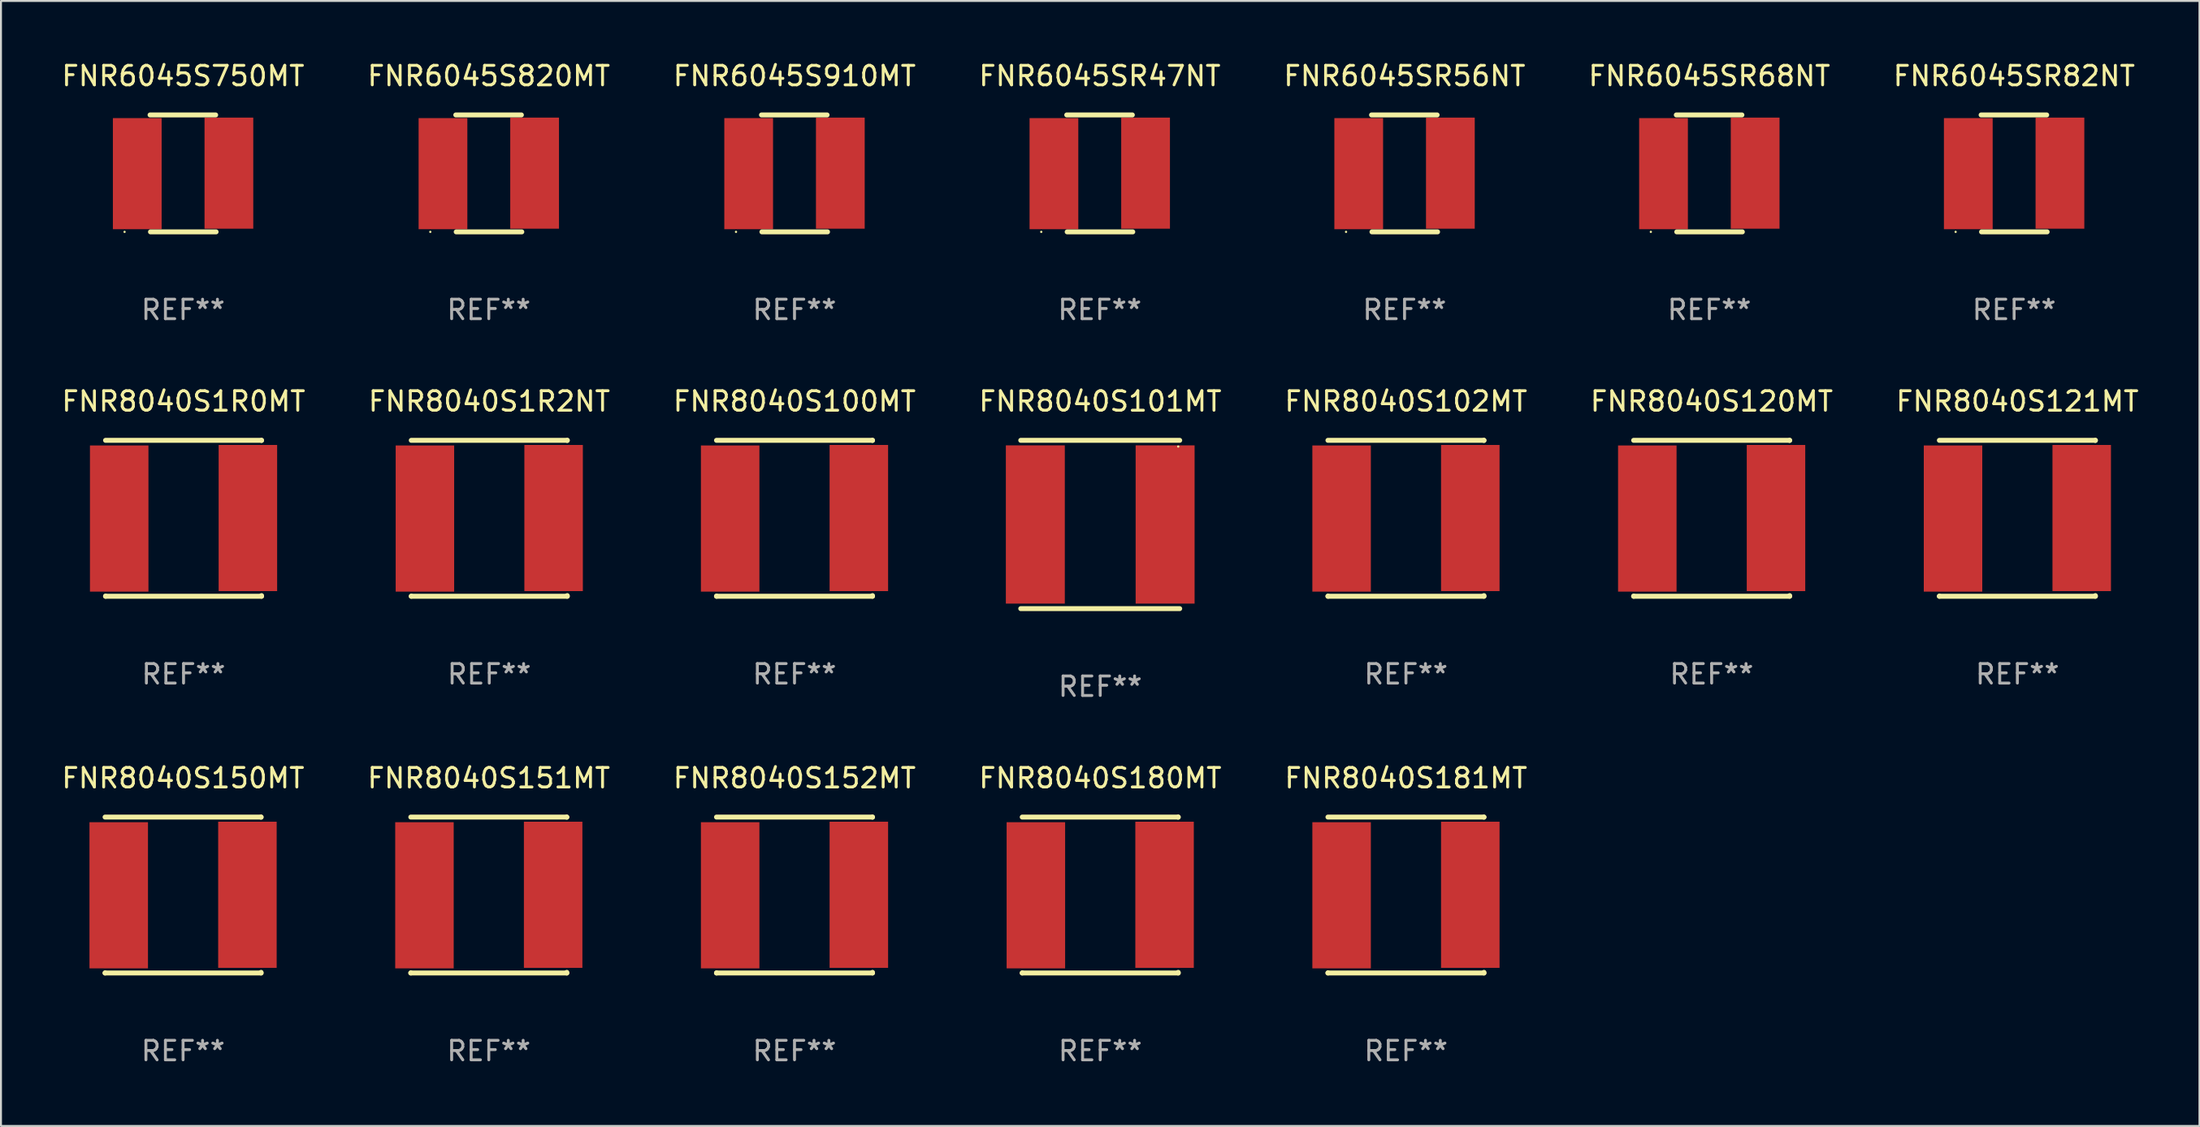
<source format=kicad_pcb>
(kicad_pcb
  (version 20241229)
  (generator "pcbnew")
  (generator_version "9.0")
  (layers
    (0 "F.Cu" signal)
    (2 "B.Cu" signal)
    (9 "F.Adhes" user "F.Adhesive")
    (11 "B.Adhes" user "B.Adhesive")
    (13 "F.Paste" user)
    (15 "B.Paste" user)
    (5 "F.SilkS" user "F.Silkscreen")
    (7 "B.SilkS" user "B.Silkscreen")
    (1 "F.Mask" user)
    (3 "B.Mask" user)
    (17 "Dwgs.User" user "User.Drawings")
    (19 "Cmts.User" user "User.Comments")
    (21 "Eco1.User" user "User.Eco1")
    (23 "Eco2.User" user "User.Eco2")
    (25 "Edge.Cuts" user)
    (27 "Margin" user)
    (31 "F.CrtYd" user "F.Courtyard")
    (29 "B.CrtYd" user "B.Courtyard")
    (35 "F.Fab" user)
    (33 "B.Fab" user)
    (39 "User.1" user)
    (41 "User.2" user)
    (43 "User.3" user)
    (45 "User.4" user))
  (footprint "FNR8040S100MT"
    (layer "F.Cu")
    (at 37.696 23.545)
    (property "Reference" "FNR8040S100MT" (at 0 -6 0) (layer "F.SilkS") (effects (font (size 1 1) (thickness 0.15))))
    (attr through_hole)
    (fp_line (start -4 -4) (end 4 -4) (stroke (width 0.254) (type solid)) (layer "F.SilkS"))
    (fp_line (start -4 4) (end -4 3.994) (stroke (width 0.254) (type solid)) (layer "F.SilkS"))
    (fp_line (start 4 -4) (end 4 -3.994) (stroke (width 0.254) (type solid)) (layer "F.SilkS"))
    (fp_line (start 4 3.968) (end 4 4) (stroke (width 0.254) (type solid)) (layer "F.SilkS"))
    (fp_line (start 4 4) (end -4 4) (stroke (width 0.254) (type solid)) (layer "F.SilkS"))
    (fp_circle (center -4 4) (end -3.97 4) (stroke (width 0.06) (type solid)) (fill no) (layer "F.SilkS"))
    (fp_text user "REF**" (at 0 8 0) (layer "F.Fab") (effects (font (size 1 1) (thickness 0.15))))
    (pad "1" smd rect (at -3.3 0.013) (size 3 7.5) (layers "F.Cu" "F.Mask" "F.Paste"))
    (pad "2" smd rect (at 3.3 -0.013) (size 3 7.5) (layers "F.Cu" "F.Mask" "F.Paste")))
  (footprint "FNR8040S102MT"
    (layer "F.Cu")
    (at 69.054 23.545)
    (property "Reference" "FNR8040S102MT" (at 0 -6 0) (layer "F.SilkS") (effects (font (size 1 1) (thickness 0.15))))
    (attr through_hole)
    (fp_line (start -4 -4) (end 4 -4) (stroke (width 0.254) (type solid)) (layer "F.SilkS"))
    (fp_line (start -4 4) (end -4 3.994) (stroke (width 0.254) (type solid)) (layer "F.SilkS"))
    (fp_line (start 4 -4) (end 4 -3.994) (stroke (width 0.254) (type solid)) (layer "F.SilkS"))
    (fp_line (start 4 3.968) (end 4 4) (stroke (width 0.254) (type solid)) (layer "F.SilkS"))
    (fp_line (start 4 4) (end -4 4) (stroke (width 0.254) (type solid)) (layer "F.SilkS"))
    (fp_circle (center -4 4) (end -3.97 4) (stroke (width 0.06) (type solid)) (fill no) (layer "F.SilkS"))
    (fp_text user "REF**" (at 0 8 0) (layer "F.Fab") (effects (font (size 1 1) (thickness 0.15))))
    (pad "1" smd rect (at -3.3 0.013) (size 3 7.5) (layers "F.Cu" "F.Mask" "F.Paste"))
    (pad "2" smd rect (at 3.3 -0.013) (size 3 7.5) (layers "F.Cu" "F.Mask" "F.Paste")))
  (footprint "FNR8040S180MT"
    (layer "F.Cu")
    (at 53.375 42.877)
    (property "Reference" "FNR8040S180MT" (at 0 -6 0) (layer "F.SilkS") (effects (font (size 1 1) (thickness 0.15))))
    (attr through_hole)
    (fp_line (start -4 -4) (end 4 -4) (stroke (width 0.254) (type solid)) (layer "F.SilkS"))
    (fp_line (start -4 4) (end -4 3.994) (stroke (width 0.254) (type solid)) (layer "F.SilkS"))
    (fp_line (start 4 -4) (end 4 -3.994) (stroke (width 0.254) (type solid)) (layer "F.SilkS"))
    (fp_line (start 4 3.968) (end 4 4) (stroke (width 0.254) (type solid)) (layer "F.SilkS"))
    (fp_line (start 4 4) (end -4 4) (stroke (width 0.254) (type solid)) (layer "F.SilkS"))
    (fp_circle (center -4 4) (end -3.97 4) (stroke (width 0.06) (type solid)) (fill no) (layer "F.SilkS"))
    (fp_text user "REF**" (at 0 8 0) (layer "F.Fab") (effects (font (size 1 1) (thickness 0.15))))
    (pad "1" smd rect (at -3.3 0.013) (size 3 7.5) (layers "F.Cu" "F.Mask" "F.Paste"))
    (pad "2" smd rect (at 3.3 -0.013) (size 3 7.5) (layers "F.Cu" "F.Mask" "F.Paste")))
  (footprint "FNR8040S1R0MT"
    (layer "F.Cu")
    (at 6.363 23.545)
    (property "Reference" "FNR8040S1R0MT" (at 0 -6 0) (layer "F.SilkS") (effects (font (size 1 1) (thickness 0.15))))
    (attr through_hole)
    (fp_line (start -4 -4) (end 4 -4) (stroke (width 0.254) (type solid)) (layer "F.SilkS"))
    (fp_line (start -4 4) (end -4 3.994) (stroke (width 0.254) (type solid)) (layer "F.SilkS"))
    (fp_line (start 4 -4) (end 4 -3.994) (stroke (width 0.254) (type solid)) (layer "F.SilkS"))
    (fp_line (start 4 3.968) (end 4 4) (stroke (width 0.254) (type solid)) (layer "F.SilkS"))
    (fp_line (start 4 4) (end -4 4) (stroke (width 0.254) (type solid)) (layer "F.SilkS"))
    (fp_circle (center -4 4) (end -3.97 4) (stroke (width 0.06) (type solid)) (fill no) (layer "F.SilkS"))
    (fp_text user "REF**" (at 0 8 0) (layer "F.Fab") (effects (font (size 1 1) (thickness 0.15))))
    (pad "1" smd rect (at -3.3 0.013) (size 3 7.5) (layers "F.Cu" "F.Mask" "F.Paste"))
    (pad "2" smd rect (at 3.3 -0.013) (size 3 7.5) (layers "F.Cu" "F.Mask" "F.Paste")))
  (footprint "FNR8040S150MT"
    (layer "F.Cu")
    (at 6.339 42.877)
    (property "Reference" "FNR8040S150MT" (at 0 -6 0) (layer "F.SilkS") (effects (font (size 1 1) (thickness 0.15))))
    (attr through_hole)
    (fp_line (start -4 -4) (end 4 -4) (stroke (width 0.254) (type solid)) (layer "F.SilkS"))
    (fp_line (start -4 4) (end -4 3.994) (stroke (width 0.254) (type solid)) (layer "F.SilkS"))
    (fp_line (start 4 -4) (end 4 -3.994) (stroke (width 0.254) (type solid)) (layer "F.SilkS"))
    (fp_line (start 4 3.968) (end 4 4) (stroke (width 0.254) (type solid)) (layer "F.SilkS"))
    (fp_line (start 4 4) (end -4 4) (stroke (width 0.254) (type solid)) (layer "F.SilkS"))
    (fp_circle (center -4 4) (end -3.97 4) (stroke (width 0.06) (type solid)) (fill no) (layer "F.SilkS"))
    (fp_text user "REF**" (at 0 8 0) (layer "F.Fab") (effects (font (size 1 1) (thickness 0.15))))
    (pad "1" smd rect (at -3.3 0.013) (size 3 7.5) (layers "F.Cu" "F.Mask" "F.Paste"))
    (pad "2" smd rect (at 3.3 -0.013) (size 3 7.5) (layers "F.Cu" "F.Mask" "F.Paste")))
  (footprint "FNR6045S750MT"
    (layer "F.Cu")
    (at 6.339 5.848)
    (property "Reference" "FNR6045S750MT" (at 0 -5 0) (layer "F.SilkS") (effects (font (size 1 1) (thickness 0.15))))
    (attr through_hole)
    (fp_line (start -1.693 -3) (end 1.671 -3) (stroke (width 0.254) (type solid)) (layer "F.SilkS"))
    (fp_line (start -1.671 3) (end 1.693 3) (stroke (width 0.254) (type solid)) (layer "F.SilkS"))
    (fp_circle (center -3 3) (end -2.97 3) (stroke (width 0.06) (type solid)) (fill no) (layer "F.SilkS"))
    (fp_text user "REF**" (at 0 7 0) (layer "F.Fab") (effects (font (size 1 1) (thickness 0.15))))
    (pad "1" smd rect (at -2.35 0.013) (size 2.5 5.7) (layers "F.Cu" "F.Mask" "F.Paste"))
    (pad "2" smd rect (at 2.35 -0.013) (size 2.5 5.7) (layers "F.Cu" "F.Mask" "F.Paste")))
  (footprint "FNR8040S120MT"
    (layer "F.Cu")
    (at 84.732 23.545)
    (property "Reference" "FNR8040S120MT" (at 0 -6 0) (layer "F.SilkS") (effects (font (size 1 1) (thickness 0.15))))
    (attr through_hole)
    (fp_line (start -4 -4) (end 4 -4) (stroke (width 0.254) (type solid)) (layer "F.SilkS"))
    (fp_line (start -4 4) (end -4 3.994) (stroke (width 0.254) (type solid)) (layer "F.SilkS"))
    (fp_line (start 4 -4) (end 4 -3.994) (stroke (width 0.254) (type solid)) (layer "F.SilkS"))
    (fp_line (start 4 3.968) (end 4 4) (stroke (width 0.254) (type solid)) (layer "F.SilkS"))
    (fp_line (start 4 4) (end -4 4) (stroke (width 0.254) (type solid)) (layer "F.SilkS"))
    (fp_circle (center -4 4) (end -3.97 4) (stroke (width 0.06) (type solid)) (fill no) (layer "F.SilkS"))
    (fp_text user "REF**" (at 0 8 0) (layer "F.Fab") (effects (font (size 1 1) (thickness 0.15))))
    (pad "1" smd rect (at -3.3 0.013) (size 3 7.5) (layers "F.Cu" "F.Mask" "F.Paste"))
    (pad "2" smd rect (at 3.3 -0.013) (size 3 7.5) (layers "F.Cu" "F.Mask" "F.Paste")))
  (footprint "FNR8040S181MT"
    (layer "F.Cu")
    (at 69.054 42.877)
    (property "Reference" "FNR8040S181MT" (at 0 -6 0) (layer "F.SilkS") (effects (font (size 1 1) (thickness 0.15))))
    (attr through_hole)
    (fp_line (start -4 -4) (end 4 -4) (stroke (width 0.254) (type solid)) (layer "F.SilkS"))
    (fp_line (start -4 4) (end -4 3.994) (stroke (width 0.254) (type solid)) (layer "F.SilkS"))
    (fp_line (start 4 -4) (end 4 -3.994) (stroke (width 0.254) (type solid)) (layer "F.SilkS"))
    (fp_line (start 4 3.968) (end 4 4) (stroke (width 0.254) (type solid)) (layer "F.SilkS"))
    (fp_line (start 4 4) (end -4 4) (stroke (width 0.254) (type solid)) (layer "F.SilkS"))
    (fp_circle (center -4 4) (end -3.97 4) (stroke (width 0.06) (type solid)) (fill no) (layer "F.SilkS"))
    (fp_text user "REF**" (at 0 8 0) (layer "F.Fab") (effects (font (size 1 1) (thickness 0.15))))
    (pad "1" smd rect (at -3.3 0.013) (size 3 7.5) (layers "F.Cu" "F.Mask" "F.Paste"))
    (pad "2" smd rect (at 3.3 -0.013) (size 3 7.5) (layers "F.Cu" "F.Mask" "F.Paste")))
  (footprint "FNR6045SR68NT"
    (layer "F.Cu")
    (at 84.613 5.848)
    (property "Reference" "FNR6045SR68NT" (at 0 -5 0) (layer "F.SilkS") (effects (font (size 1 1) (thickness 0.15))))
    (attr through_hole)
    (fp_line (start -1.693 -3) (end 1.671 -3) (stroke (width 0.254) (type solid)) (layer "F.SilkS"))
    (fp_line (start -1.671 3) (end 1.693 3) (stroke (width 0.254) (type solid)) (layer "F.SilkS"))
    (fp_circle (center -3 3) (end -2.97 3) (stroke (width 0.06) (type solid)) (fill no) (layer "F.SilkS"))
    (fp_text user "REF**" (at 0 7 0) (layer "F.Fab") (effects (font (size 1 1) (thickness 0.15))))
    (pad "1" smd rect (at -2.35 0.013) (size 2.5 5.7) (layers "F.Cu" "F.Mask" "F.Paste"))
    (pad "2" smd rect (at 2.35 -0.013) (size 2.5 5.7) (layers "F.Cu" "F.Mask" "F.Paste")))
  (footprint "FNR8040S101MT"
    (layer "F.Cu")
    (at 53.375 23.863)
    (property "Reference" "FNR8040S101MT" (at 0 -6.318 0) (layer "F.SilkS") (effects (font (size 1 1) (thickness 0.15))))
    (attr through_hole)
    (fp_line (start -4.076 -4.318) (end 4.076 -4.318) (stroke (width 0.254) (type solid)) (layer "F.SilkS"))
    (fp_line (start -4.076 4.318) (end 4.076 4.318) (stroke (width 0.254) (type solid)) (layer "F.SilkS"))
    (fp_circle (center 4 -4) (end 4.03 -4) (stroke (width 0.06) (type solid)) (fill no) (layer "F.SilkS"))
    (fp_text user "REF**" (at 0 8.318 0) (layer "F.Fab") (effects (font (size 1 1) (thickness 0.15))))
    (pad "1" smd rect (at 3.328 0) (size 3.024 8.12) (layers "F.Cu" "F.Mask" "F.Paste"))
    (pad "2" smd rect (at -3.328 0) (size 3.024 8.12) (layers "F.Cu" "F.Mask" "F.Paste")))
  (footprint "FNR6045S910MT"
    (layer "F.Cu")
    (at 37.696 5.848)
    (property "Reference" "FNR6045S910MT" (at 0 -5 0) (layer "F.SilkS") (effects (font (size 1 1) (thickness 0.15))))
    (attr through_hole)
    (fp_line (start -1.693 -3) (end 1.671 -3) (stroke (width 0.254) (type solid)) (layer "F.SilkS"))
    (fp_line (start -1.671 3) (end 1.693 3) (stroke (width 0.254) (type solid)) (layer "F.SilkS"))
    (fp_circle (center -3 3) (end -2.97 3) (stroke (width 0.06) (type solid)) (fill no) (layer "F.SilkS"))
    (fp_text user "REF**" (at 0 7 0) (layer "F.Fab") (effects (font (size 1 1) (thickness 0.15))))
    (pad "1" smd rect (at -2.35 0.013) (size 2.5 5.7) (layers "F.Cu" "F.Mask" "F.Paste"))
    (pad "2" smd rect (at 2.35 -0.013) (size 2.5 5.7) (layers "F.Cu" "F.Mask" "F.Paste")))
  (footprint "FNR8040S121MT"
    (layer "F.Cu")
    (at 100.411 23.545)
    (property "Reference" "FNR8040S121MT" (at 0 -6 0) (layer "F.SilkS") (effects (font (size 1 1) (thickness 0.15))))
    (attr through_hole)
    (fp_line (start -4 -4) (end 4 -4) (stroke (width 0.254) (type solid)) (layer "F.SilkS"))
    (fp_line (start -4 4) (end -4 3.994) (stroke (width 0.254) (type solid)) (layer "F.SilkS"))
    (fp_line (start 4 -4) (end 4 -3.994) (stroke (width 0.254) (type solid)) (layer "F.SilkS"))
    (fp_line (start 4 3.968) (end 4 4) (stroke (width 0.254) (type solid)) (layer "F.SilkS"))
    (fp_line (start 4 4) (end -4 4) (stroke (width 0.254) (type solid)) (layer "F.SilkS"))
    (fp_circle (center -4 4) (end -3.97 4) (stroke (width 0.06) (type solid)) (fill no) (layer "F.SilkS"))
    (fp_text user "REF**" (at 0 8 0) (layer "F.Fab") (effects (font (size 1 1) (thickness 0.15))))
    (pad "1" smd rect (at -3.3 0.013) (size 3 7.5) (layers "F.Cu" "F.Mask" "F.Paste"))
    (pad "2" smd rect (at 3.3 -0.013) (size 3 7.5) (layers "F.Cu" "F.Mask" "F.Paste")))
  (footprint "FNR6045SR56NT"
    (layer "F.Cu")
    (at 68.982 5.848)
    (property "Reference" "FNR6045SR56NT" (at 0 -5 0) (layer "F.SilkS") (effects (font (size 1 1) (thickness 0.15))))
    (attr through_hole)
    (fp_line (start -1.693 -3) (end 1.671 -3) (stroke (width 0.254) (type solid)) (layer "F.SilkS"))
    (fp_line (start -1.671 3) (end 1.693 3) (stroke (width 0.254) (type solid)) (layer "F.SilkS"))
    (fp_circle (center -3 3) (end -2.97 3) (stroke (width 0.06) (type solid)) (fill no) (layer "F.SilkS"))
    (fp_text user "REF**" (at 0 7 0) (layer "F.Fab") (effects (font (size 1 1) (thickness 0.15))))
    (pad "1" smd rect (at -2.35 0.013) (size 2.5 5.7) (layers "F.Cu" "F.Mask" "F.Paste"))
    (pad "2" smd rect (at 2.35 -0.013) (size 2.5 5.7) (layers "F.Cu" "F.Mask" "F.Paste")))
  (footprint "FNR6045S820MT"
    (layer "F.Cu")
    (at 22.018 5.848)
    (property "Reference" "FNR6045S820MT" (at 0 -5 0) (layer "F.SilkS") (effects (font (size 1 1) (thickness 0.15))))
    (attr through_hole)
    (fp_line (start -1.693 -3) (end 1.671 -3) (stroke (width 0.254) (type solid)) (layer "F.SilkS"))
    (fp_line (start -1.671 3) (end 1.693 3) (stroke (width 0.254) (type solid)) (layer "F.SilkS"))
    (fp_circle (center -3 3) (end -2.97 3) (stroke (width 0.06) (type solid)) (fill no) (layer "F.SilkS"))
    (fp_text user "REF**" (at 0 7 0) (layer "F.Fab") (effects (font (size 1 1) (thickness 0.15))))
    (pad "1" smd rect (at -2.35 0.013) (size 2.5 5.7) (layers "F.Cu" "F.Mask" "F.Paste"))
    (pad "2" smd rect (at 2.35 -0.013) (size 2.5 5.7) (layers "F.Cu" "F.Mask" "F.Paste")))
  (footprint "FNR8040S152MT"
    (layer "F.Cu")
    (at 37.696 42.877)
    (property "Reference" "FNR8040S152MT" (at 0 -6 0) (layer "F.SilkS") (effects (font (size 1 1) (thickness 0.15))))
    (attr through_hole)
    (fp_line (start -4 -4) (end 4 -4) (stroke (width 0.254) (type solid)) (layer "F.SilkS"))
    (fp_line (start -4 4) (end -4 3.994) (stroke (width 0.254) (type solid)) (layer "F.SilkS"))
    (fp_line (start 4 -4) (end 4 -3.994) (stroke (width 0.254) (type solid)) (layer "F.SilkS"))
    (fp_line (start 4 3.968) (end 4 4) (stroke (width 0.254) (type solid)) (layer "F.SilkS"))
    (fp_line (start 4 4) (end -4 4) (stroke (width 0.254) (type solid)) (layer "F.SilkS"))
    (fp_circle (center -4 4) (end -3.97 4) (stroke (width 0.06) (type solid)) (fill no) (layer "F.SilkS"))
    (fp_text user "REF**" (at 0 8 0) (layer "F.Fab") (effects (font (size 1 1) (thickness 0.15))))
    (pad "1" smd rect (at -3.3 0.013) (size 3 7.5) (layers "F.Cu" "F.Mask" "F.Paste"))
    (pad "2" smd rect (at 3.3 -0.013) (size 3 7.5) (layers "F.Cu" "F.Mask" "F.Paste")))
  (footprint "FNR8040S1R2NT"
    (layer "F.Cu")
    (at 22.042 23.545)
    (property "Reference" "FNR8040S1R2NT" (at 0 -6 0) (layer "F.SilkS") (effects (font (size 1 1) (thickness 0.15))))
    (attr through_hole)
    (fp_line (start -4 -4) (end 4 -4) (stroke (width 0.254) (type solid)) (layer "F.SilkS"))
    (fp_line (start -4 4) (end -4 3.994) (stroke (width 0.254) (type solid)) (layer "F.SilkS"))
    (fp_line (start 4 -4) (end 4 -3.994) (stroke (width 0.254) (type solid)) (layer "F.SilkS"))
    (fp_line (start 4 3.968) (end 4 4) (stroke (width 0.254) (type solid)) (layer "F.SilkS"))
    (fp_line (start 4 4) (end -4 4) (stroke (width 0.254) (type solid)) (layer "F.SilkS"))
    (fp_circle (center -4 4) (end -3.97 4) (stroke (width 0.06) (type solid)) (fill no) (layer "F.SilkS"))
    (fp_text user "REF**" (at 0 8 0) (layer "F.Fab") (effects (font (size 1 1) (thickness 0.15))))
    (pad "1" smd rect (at -3.3 0.013) (size 3 7.5) (layers "F.Cu" "F.Mask" "F.Paste"))
    (pad "2" smd rect (at 3.3 -0.013) (size 3 7.5) (layers "F.Cu" "F.Mask" "F.Paste")))
  (footprint "FNR6045SR47NT"
    (layer "F.Cu")
    (at 53.351 5.848)
    (property "Reference" "FNR6045SR47NT" (at 0 -5 0) (layer "F.SilkS") (effects (font (size 1 1) (thickness 0.15))))
    (attr through_hole)
    (fp_line (start -1.693 -3) (end 1.671 -3) (stroke (width 0.254) (type solid)) (layer "F.SilkS"))
    (fp_line (start -1.671 3) (end 1.693 3) (stroke (width 0.254) (type solid)) (layer "F.SilkS"))
    (fp_circle (center -3 3) (end -2.97 3) (stroke (width 0.06) (type solid)) (fill no) (layer "F.SilkS"))
    (fp_text user "REF**" (at 0 7 0) (layer "F.Fab") (effects (font (size 1 1) (thickness 0.15))))
    (pad "1" smd rect (at -2.35 0.013) (size 2.5 5.7) (layers "F.Cu" "F.Mask" "F.Paste"))
    (pad "2" smd rect (at 2.35 -0.013) (size 2.5 5.7) (layers "F.Cu" "F.Mask" "F.Paste")))
  (footprint "FNR6045SR82NT"
    (layer "F.Cu")
    (at 100.244 5.848)
    (property "Reference" "FNR6045SR82NT" (at 0 -5 0) (layer "F.SilkS") (effects (font (size 1 1) (thickness 0.15))))
    (attr through_hole)
    (fp_line (start -1.693 -3) (end 1.671 -3) (stroke (width 0.254) (type solid)) (layer "F.SilkS"))
    (fp_line (start -1.671 3) (end 1.693 3) (stroke (width 0.254) (type solid)) (layer "F.SilkS"))
    (fp_circle (center -3 3) (end -2.97 3) (stroke (width 0.06) (type solid)) (fill no) (layer "F.SilkS"))
    (fp_text user "REF**" (at 0 7 0) (layer "F.Fab") (effects (font (size 1 1) (thickness 0.15))))
    (pad "1" smd rect (at -2.35 0.013) (size 2.5 5.7) (layers "F.Cu" "F.Mask" "F.Paste"))
    (pad "2" smd rect (at 2.35 -0.013) (size 2.5 5.7) (layers "F.Cu" "F.Mask" "F.Paste")))
  (footprint "FNR8040S151MT"
    (layer "F.Cu")
    (at 22.018 42.877)
    (property "Reference" "FNR8040S151MT" (at 0 -6 0) (layer "F.SilkS") (effects (font (size 1 1) (thickness 0.15))))
    (attr through_hole)
    (fp_line (start -4 -4) (end 4 -4) (stroke (width 0.254) (type solid)) (layer "F.SilkS"))
    (fp_line (start -4 4) (end -4 3.994) (stroke (width 0.254) (type solid)) (layer "F.SilkS"))
    (fp_line (start 4 -4) (end 4 -3.994) (stroke (width 0.254) (type solid)) (layer "F.SilkS"))
    (fp_line (start 4 3.968) (end 4 4) (stroke (width 0.254) (type solid)) (layer "F.SilkS"))
    (fp_line (start 4 4) (end -4 4) (stroke (width 0.254) (type solid)) (layer "F.SilkS"))
    (fp_circle (center -4 4) (end -3.97 4) (stroke (width 0.06) (type solid)) (fill no) (layer "F.SilkS"))
    (fp_text user "REF**" (at 0 8 0) (layer "F.Fab") (effects (font (size 1 1) (thickness 0.15))))
    (pad "1" smd rect (at -3.3 0.013) (size 3 7.5) (layers "F.Cu" "F.Mask" "F.Paste"))
    (pad "2" smd rect (at 3.3 -0.013) (size 3 7.5) (layers "F.Cu" "F.Mask" "F.Paste")))
  (gr_rect
    (start -3 -3)
    (end 109.75 54.726)
    (stroke (width 0.1) (type default))
    (fill no)
    (layer "Edge.Cuts")))
</source>
